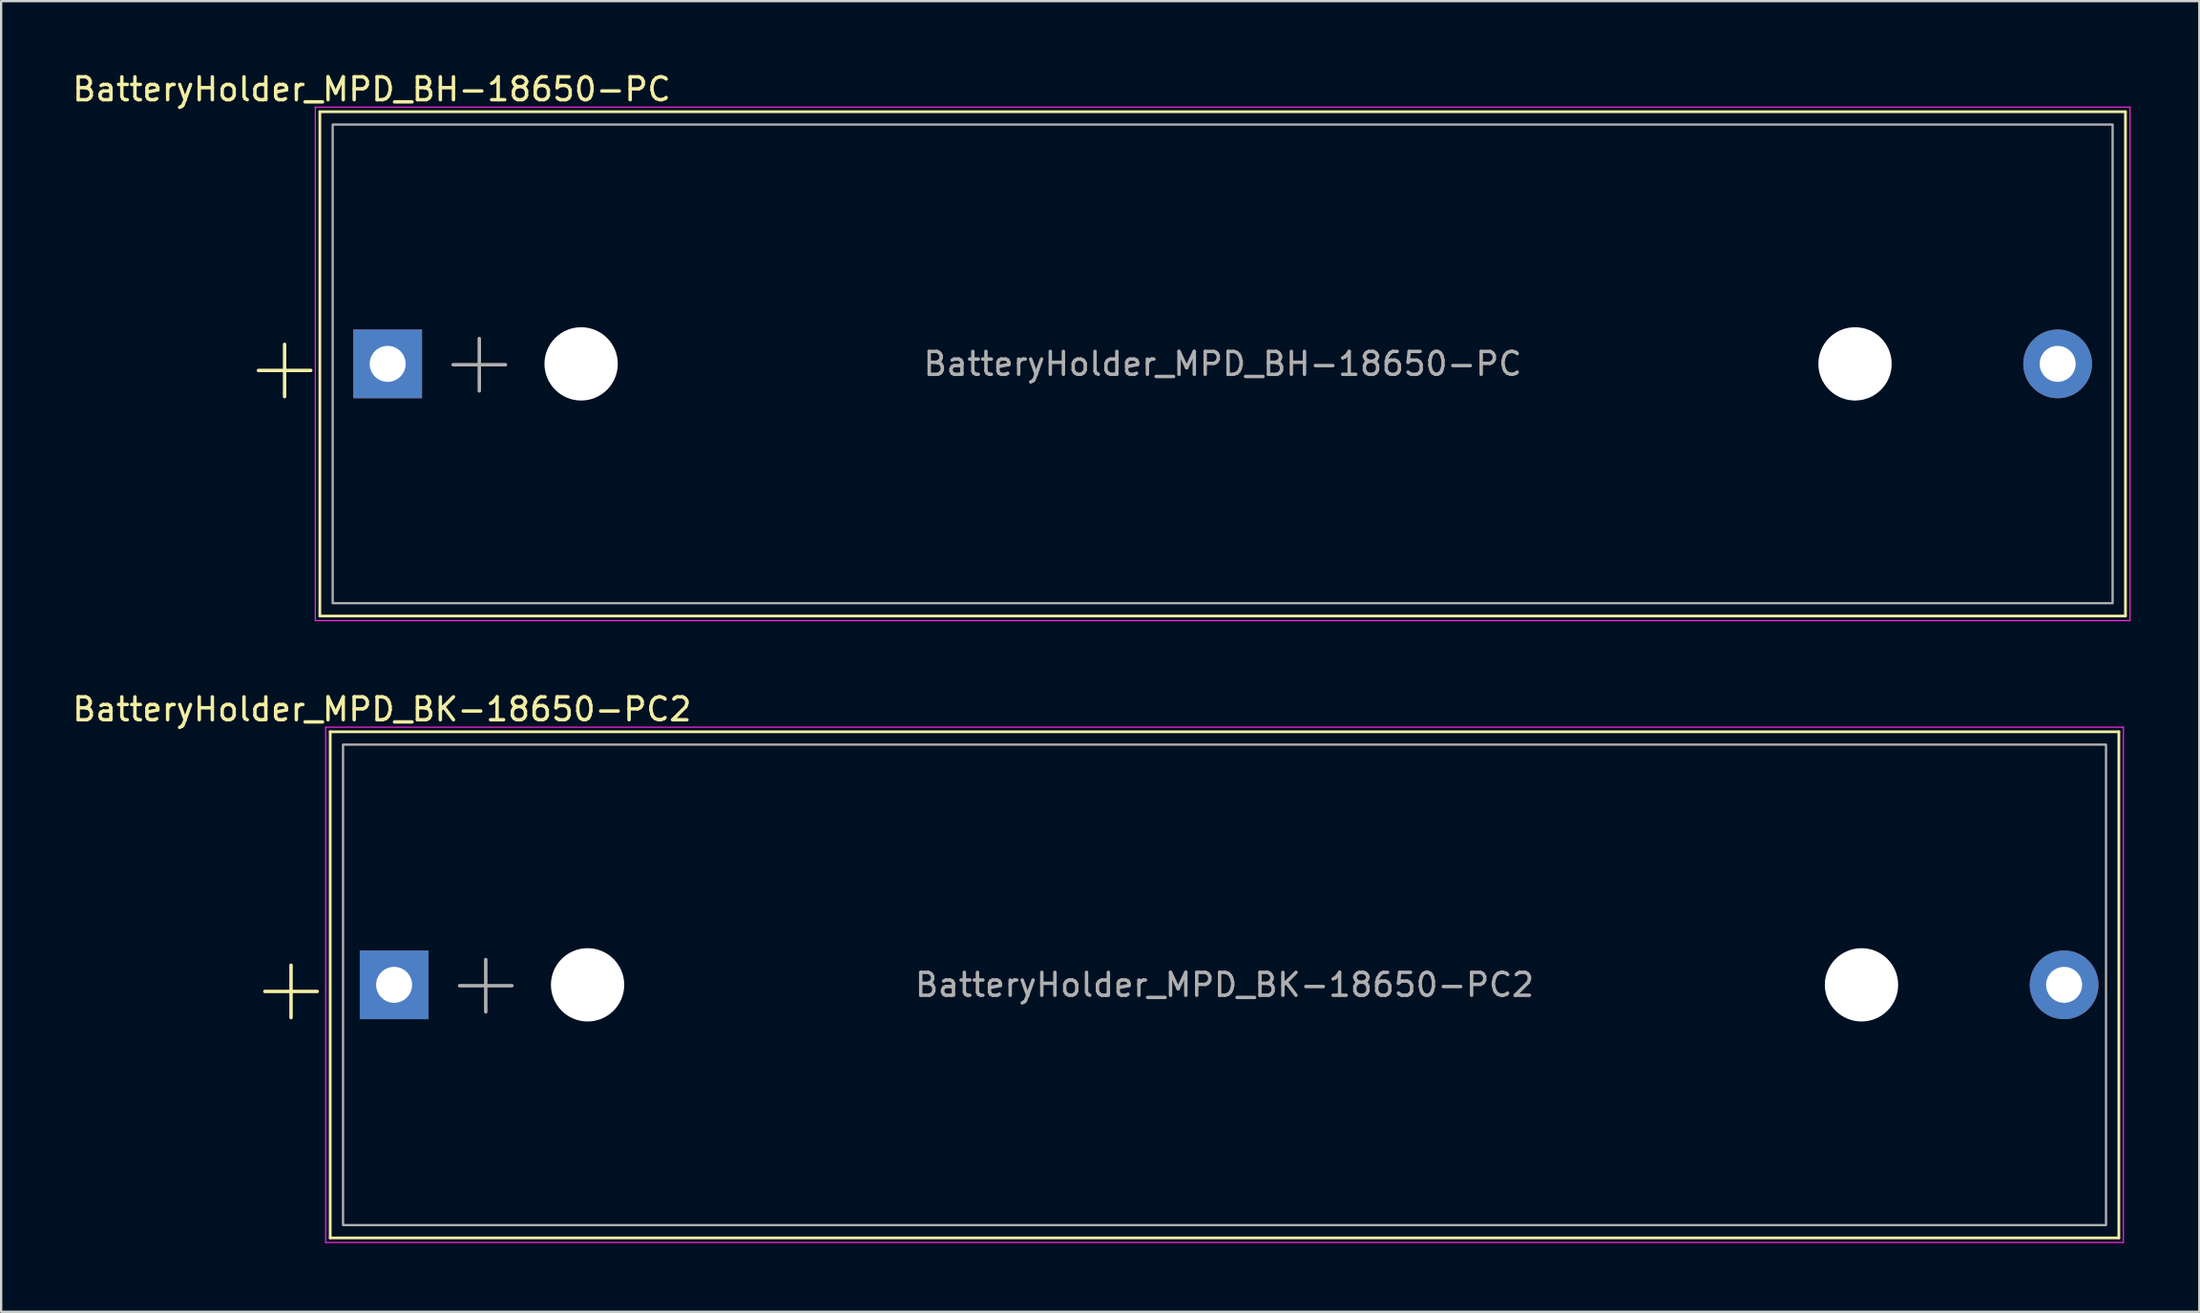
<source format=kicad_pcb>
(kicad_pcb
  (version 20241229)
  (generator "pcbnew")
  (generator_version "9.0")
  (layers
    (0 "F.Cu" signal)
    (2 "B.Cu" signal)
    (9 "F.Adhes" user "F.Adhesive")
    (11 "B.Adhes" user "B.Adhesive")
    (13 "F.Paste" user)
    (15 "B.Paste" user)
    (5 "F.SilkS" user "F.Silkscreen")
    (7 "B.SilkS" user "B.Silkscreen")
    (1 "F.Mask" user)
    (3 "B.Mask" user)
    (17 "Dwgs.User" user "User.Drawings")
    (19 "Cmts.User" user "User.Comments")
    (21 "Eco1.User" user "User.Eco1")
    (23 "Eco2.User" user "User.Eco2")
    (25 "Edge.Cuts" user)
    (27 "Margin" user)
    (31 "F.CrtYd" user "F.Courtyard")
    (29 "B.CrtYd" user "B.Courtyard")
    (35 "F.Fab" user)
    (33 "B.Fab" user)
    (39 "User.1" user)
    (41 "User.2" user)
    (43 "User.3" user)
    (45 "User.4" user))
  (footprint "BatteryHolder_MPD_BH-18650-PC"
    (layer "F.Cu")
    (at 13.873 12.838)
    (property "Reference" "BatteryHolder_MPD_BH-18650-PC" (at -0.7 -11.99 0) (layer "F.SilkS") (effects (font (size 1 1) (thickness 0.15))))
    (attr through_hole)
    (fp_line (start -2.96 -11.01) (end -2.96 11.01) (stroke (width 0.12) (type solid)) (layer "F.SilkS"))
    (fp_line (start -2.96 -11.01) (end 75.86 -11.01) (stroke (width 0.12) (type solid)) (layer "F.SilkS"))
    (fp_line (start -2.96 11.01) (end 75.86 11.01) (stroke (width 0.12) (type solid)) (layer "F.SilkS"))
    (fp_line (start 75.86 -11.01) (end 75.86 11.01) (stroke (width 0.12) (type solid)) (layer "F.SilkS"))
    (fp_line (start -3.16 -11.21) (end -3.16 11.21) (stroke (width 0.05) (type solid)) (layer "F.CrtYd"))
    (fp_line (start -3.16 11.21) (end 76.06 11.21) (stroke (width 0.05) (type solid)) (layer "F.CrtYd"))
    (fp_line (start 76.06 -11.21) (end -3.16 -11.21) (stroke (width 0.05) (type solid)) (layer "F.CrtYd"))
    (fp_line (start 76.06 11.21) (end 76.06 -11.21) (stroke (width 0.05) (type solid)) (layer "F.CrtYd"))
    (fp_rect (start -2.4 -10.45) (end 75.3 10.45) (stroke (width 0.1) (type solid)) (fill no) (layer "F.Fab"))
    (fp_text user "+" (at -4.5 0.05 0) (layer "F.SilkS") (effects (font (size 3 3) (thickness 0.15))))
    (fp_text user "+" (at 4 -0.2 0) (layer "F.Fab") (effects (font (size 3 3) (thickness 0.15))))
    (fp_text user "${REFERENCE}" (at 36.45 0 0) (layer "F.Fab") (effects (font (size 1 1) (thickness 0.15))))
    (pad "" np_thru_hole circle (at 8.445 0) (size 3.2 3.2) (drill 3.2) (layers "*.Cu" "*.Mask"))
    (pad "" np_thru_hole circle (at 64.055 0) (size 3.2 3.2) (drill 3.2) (layers "*.Cu" "*.Mask"))
    (pad "1" thru_hole rect (at 0 0) (size 3 3) (drill 1.57) (layers "*.Cu" "*.Mask"))
    (pad "2" thru_hole circle (at 72.9 0) (size 3 3) (drill 1.57) (layers "*.Cu" "*.Mask")))
  (footprint "BatteryHolder_MPD_BK-18650-PC2"
    (layer "F.Cu")
    (at 14.155 39.952)
    (property "Reference" "BatteryHolder_MPD_BK-18650-PC2" (at -0.53 -12.03 0) (layer "F.SilkS") (effects (font (size 1 1) (thickness 0.15))))
    (attr through_hole)
    (fp_line (start -2.79 -11.05) (end -2.79 11.05) (stroke (width 0.12) (type solid)) (layer "F.SilkS"))
    (fp_line (start -2.79 -11.05) (end 75.29 -11.05) (stroke (width 0.12) (type solid)) (layer "F.SilkS"))
    (fp_line (start -2.79 11.05) (end 75.29 11.05) (stroke (width 0.12) (type solid)) (layer "F.SilkS"))
    (fp_line (start 75.29 -11.05) (end 75.29 11.05) (stroke (width 0.12) (type solid)) (layer "F.SilkS"))
    (fp_line (start -2.99 -11.25) (end -2.99 11.25) (stroke (width 0.05) (type solid)) (layer "F.CrtYd"))
    (fp_line (start -2.99 11.25) (end 75.49 11.25) (stroke (width 0.05) (type solid)) (layer "F.CrtYd"))
    (fp_line (start 75.49 -11.25) (end -2.99 -11.25) (stroke (width 0.05) (type solid)) (layer "F.CrtYd"))
    (fp_line (start 75.49 11.25) (end 75.49 -11.25) (stroke (width 0.05) (type solid)) (layer "F.CrtYd"))
    (fp_rect (start -2.23 -10.49) (end 74.73 10.49) (stroke (width 0.1) (type solid)) (fill no) (layer "F.Fab"))
    (fp_text user "+" (at -4.5 0.05 0) (layer "F.SilkS") (effects (font (size 3 3) (thickness 0.15))))
    (fp_text user "+" (at 4 -0.2 0) (layer "F.Fab") (effects (font (size 3 3) (thickness 0.15))))
    (fp_text user "${REFERENCE}" (at 36.25 0 0) (layer "F.Fab") (effects (font (size 1 1) (thickness 0.15))))
    (pad "" np_thru_hole circle (at 8.445 0) (size 3.2 3.2) (drill 3.2) (layers "*.Cu" "*.Mask"))
    (pad "" np_thru_hole circle (at 64.055 0) (size 3.2 3.2) (drill 3.2) (layers "*.Cu" "*.Mask"))
    (pad "1" thru_hole rect (at 0 0) (size 3 3) (drill 1.57) (layers "*.Cu" "*.Mask"))
    (pad "2" thru_hole circle (at 72.9 0) (size 3 3) (drill 1.57) (layers "*.Cu" "*.Mask")))
  (gr_rect
    (start -3 -3)
    (end 92.958 54.227)
    (stroke (width 0.1) (type default))
    (fill no)
    (layer "Edge.Cuts")))
</source>
